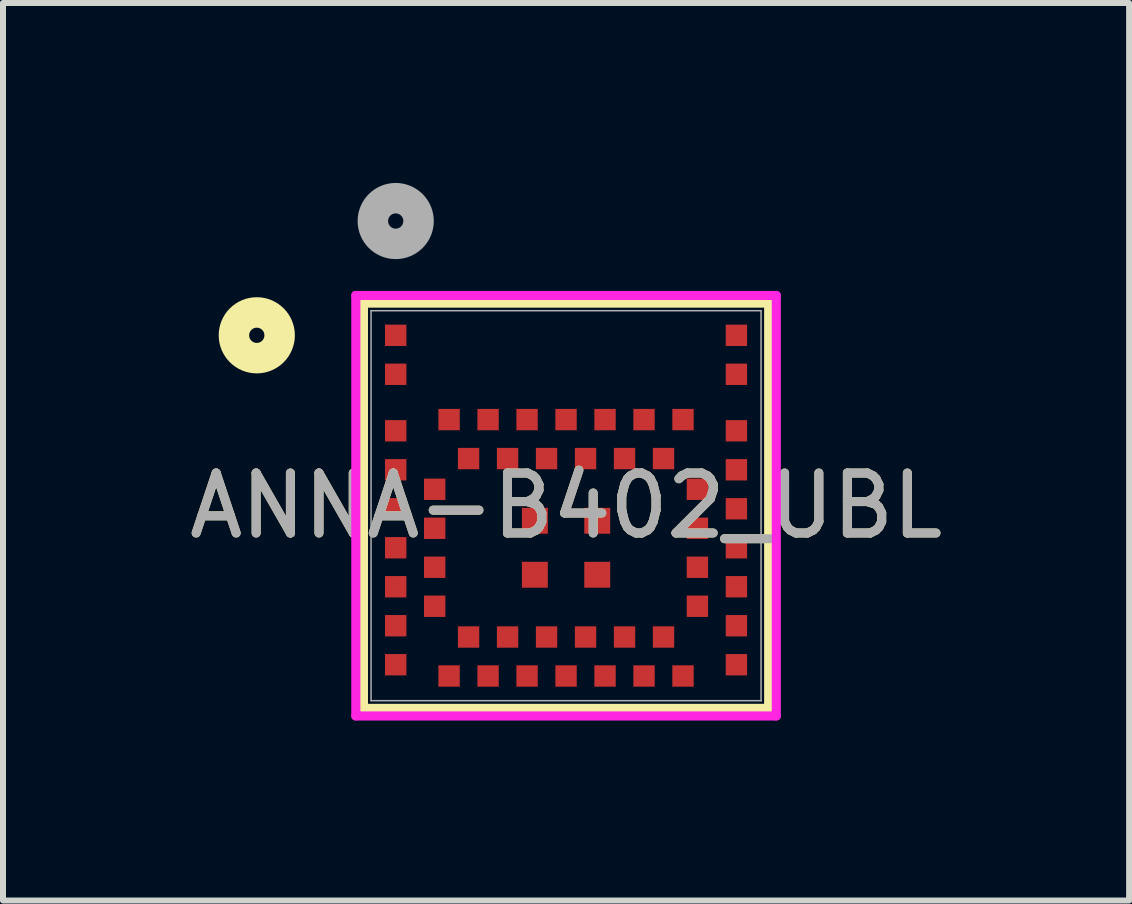
<source format=kicad_pcb>
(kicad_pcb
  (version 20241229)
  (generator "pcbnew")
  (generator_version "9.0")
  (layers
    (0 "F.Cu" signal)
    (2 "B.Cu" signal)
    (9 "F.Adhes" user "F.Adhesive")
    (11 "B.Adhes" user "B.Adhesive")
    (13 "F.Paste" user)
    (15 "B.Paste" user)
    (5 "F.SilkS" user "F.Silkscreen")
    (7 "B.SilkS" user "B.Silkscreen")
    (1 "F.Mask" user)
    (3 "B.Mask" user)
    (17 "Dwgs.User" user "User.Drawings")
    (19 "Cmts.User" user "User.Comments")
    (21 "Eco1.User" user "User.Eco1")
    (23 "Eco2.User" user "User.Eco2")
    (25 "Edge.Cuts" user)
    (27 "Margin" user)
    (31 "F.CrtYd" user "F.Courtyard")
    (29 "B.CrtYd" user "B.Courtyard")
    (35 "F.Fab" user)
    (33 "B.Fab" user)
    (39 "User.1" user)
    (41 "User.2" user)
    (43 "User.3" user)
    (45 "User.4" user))
  (footprint "ANNA-B402_UBL"
    (layer "F.Cu")
    (at 6.387 5.381)
    (property "Reference" "ANNA-B402_UBL" (at 0 0 0) (unlocked yes) (layer "F.SilkS") (effects (font (size 1 1) (thickness 0.15))))
    (attr smd)
    (fp_line (start -3.378 -3.378) (end 3.378 -3.378) (stroke (width 0.152) (type solid)) (layer "F.SilkS"))
    (fp_line (start -3.378 3.378) (end -3.378 -3.378) (stroke (width 0.152) (type solid)) (layer "F.SilkS"))
    (fp_line (start 3.378 -3.378) (end 3.378 3.378) (stroke (width 0.152) (type solid)) (layer "F.SilkS"))
    (fp_line (start 3.378 3.378) (end -3.378 3.378) (stroke (width 0.152) (type solid)) (layer "F.SilkS"))
    (fp_circle (center -5.156 -2.841) (end -4.775 -2.841) (stroke (width 0.508) (type solid)) (fill no) (layer "F.SilkS"))
    (fp_line (start -3.505 -3.505) (end -3.505 3.505) (stroke (width 0.152) (type solid)) (layer "F.CrtYd"))
    (fp_line (start -3.505 3.505) (end 3.505 3.505) (stroke (width 0.152) (type solid)) (layer "F.CrtYd"))
    (fp_line (start 3.505 -3.505) (end -3.505 -3.505) (stroke (width 0.152) (type solid)) (layer "F.CrtYd"))
    (fp_line (start 3.505 3.505) (end 3.505 -3.505) (stroke (width 0.152) (type solid)) (layer "F.CrtYd"))
    (fp_line (start -3.251 -3.251) (end -3.251 3.251) (stroke (width 0.025) (type solid)) (layer "F.Fab"))
    (fp_line (start -3.251 3.251) (end 3.251 3.251) (stroke (width 0.025) (type solid)) (layer "F.Fab"))
    (fp_line (start 3.251 -3.251) (end -3.251 -3.251) (stroke (width 0.025) (type solid)) (layer "F.Fab"))
    (fp_line (start 3.251 3.251) (end 3.251 -3.251) (stroke (width 0.025) (type solid)) (layer "F.Fab"))
    (fp_circle (center -2.84 -4.746) (end -2.459 -4.746) (stroke (width 0.508) (type solid)) (fill no) (layer "F.Fab"))
    (fp_text user "${REFERENCE}" (at 0 0 0) (unlocked yes) (layer "F.Fab") (effects (font (size 1 1) (thickness 0.15))))
    (pad "1" smd rect (at -2.84 -2.841) (size 0.356 0.356) (layers "F.Cu" "F.Mask" "F.Paste"))
    (pad "2" smd rect (at -2.84 -2.191) (size 0.356 0.356) (layers "F.Cu" "F.Mask" "F.Paste"))
    (pad "3" smd rect (at -2.84 -1.249) (size 0.356 0.356) (layers "F.Cu" "F.Mask" "F.Paste"))
    (pad "4" smd rect (at -2.84 -0.599) (size 0.356 0.356) (layers "F.Cu" "F.Mask" "F.Paste"))
    (pad "5" smd rect (at -2.84 0.051) (size 0.356 0.356) (layers "F.Cu" "F.Mask" "F.Paste"))
    (pad "6" smd rect (at -2.84 0.701) (size 0.356 0.356) (layers "F.Cu" "F.Mask" "F.Paste"))
    (pad "7" smd rect (at -2.84 1.351) (size 0.356 0.356) (layers "F.Cu" "F.Mask" "F.Paste"))
    (pad "8" smd rect (at -2.84 2.001) (size 0.356 0.356) (layers "F.Cu" "F.Mask" "F.Paste"))
    (pad "9" smd rect (at -2.84 2.651) (size 0.356 0.356) (layers "F.Cu" "F.Mask" "F.Paste"))
    (pad "10" smd rect (at -2.19 -0.274) (size 0.356 0.356) (layers "F.Cu" "F.Mask" "F.Paste"))
    (pad "11" smd rect (at -2.19 0.376) (size 0.356 0.356) (layers "F.Cu" "F.Mask" "F.Paste"))
    (pad "12" smd rect (at -2.19 1.026) (size 0.356 0.356) (layers "F.Cu" "F.Mask" "F.Paste"))
    (pad "13" smd rect (at -2.19 1.676) (size 0.356 0.356) (layers "F.Cu" "F.Mask" "F.Paste"))
    (pad "14" smd rect (at -1.95 2.839) (size 0.356 0.356) (layers "F.Cu" "F.Mask" "F.Paste"))
    (pad "15" smd rect (at -1.3 2.839) (size 0.356 0.356) (layers "F.Cu" "F.Mask" "F.Paste"))
    (pad "16" smd rect (at -0.65 2.839) (size 0.356 0.356) (layers "F.Cu" "F.Mask" "F.Paste"))
    (pad "17" smd rect (at 0 2.839) (size 0.356 0.356) (layers "F.Cu" "F.Mask" "F.Paste"))
    (pad "18" smd rect (at 0.65 2.839) (size 0.356 0.356) (layers "F.Cu" "F.Mask" "F.Paste"))
    (pad "19" smd rect (at 1.3 2.839) (size 0.356 0.356) (layers "F.Cu" "F.Mask" "F.Paste"))
    (pad "20" smd rect (at 1.95 2.839) (size 0.356 0.356) (layers "F.Cu" "F.Mask" "F.Paste"))
    (pad "21" smd rect (at -1.625 2.189) (size 0.356 0.356) (layers "F.Cu" "F.Mask" "F.Paste"))
    (pad "22" smd rect (at -0.975 2.189) (size 0.356 0.356) (layers "F.Cu" "F.Mask" "F.Paste"))
    (pad "23" smd rect (at -0.325 2.189) (size 0.356 0.356) (layers "F.Cu" "F.Mask" "F.Paste"))
    (pad "24" smd rect (at 0.325 2.189) (size 0.356 0.356) (layers "F.Cu" "F.Mask" "F.Paste"))
    (pad "25" smd rect (at 0.975 2.189) (size 0.356 0.356) (layers "F.Cu" "F.Mask" "F.Paste"))
    (pad "26" smd rect (at 1.625 2.189) (size 0.356 0.356) (layers "F.Cu" "F.Mask" "F.Paste"))
    (pad "27" smd rect (at 2.84 2.651) (size 0.356 0.356) (layers "F.Cu" "F.Mask" "F.Paste"))
    (pad "28" smd rect (at 2.84 2.001) (size 0.356 0.356) (layers "F.Cu" "F.Mask" "F.Paste"))
    (pad "29" smd rect (at 2.84 1.351) (size 0.356 0.356) (layers "F.Cu" "F.Mask" "F.Paste"))
    (pad "30" smd rect (at 2.84 0.701) (size 0.356 0.356) (layers "F.Cu" "F.Mask" "F.Paste"))
    (pad "31" smd rect (at 2.84 0.051) (size 0.356 0.356) (layers "F.Cu" "F.Mask" "F.Paste"))
    (pad "32" smd rect (at 2.84 -0.599) (size 0.356 0.356) (layers "F.Cu" "F.Mask" "F.Paste"))
    (pad "33" smd rect (at 2.84 -1.249) (size 0.356 0.356) (layers "F.Cu" "F.Mask" "F.Paste"))
    (pad "34" smd rect (at 2.84 -2.191) (size 0.356 0.356) (layers "F.Cu" "F.Mask" "F.Paste"))
    (pad "35" smd rect (at 2.84 -2.841) (size 0.356 0.356) (layers "F.Cu" "F.Mask" "F.Paste"))
    (pad "36" smd rect (at 2.19 1.676) (size 0.356 0.356) (layers "F.Cu" "F.Mask" "F.Paste"))
    (pad "37" smd rect (at 2.19 1.026) (size 0.356 0.356) (layers "F.Cu" "F.Mask" "F.Paste"))
    (pad "38" smd rect (at 2.19 0.376) (size 0.356 0.356) (layers "F.Cu" "F.Mask" "F.Paste"))
    (pad "39" smd rect (at 2.19 -0.274) (size 0.356 0.356) (layers "F.Cu" "F.Mask" "F.Paste"))
    (pad "40" smd rect (at 1.95 -1.436) (size 0.356 0.356) (layers "F.Cu" "F.Mask" "F.Paste"))
    (pad "41" smd rect (at 1.3 -1.436) (size 0.356 0.356) (layers "F.Cu" "F.Mask" "F.Paste"))
    (pad "42" smd rect (at 0.65 -1.436) (size 0.356 0.356) (layers "F.Cu" "F.Mask" "F.Paste"))
    (pad "43" smd rect (at 0 -1.436) (size 0.356 0.356) (layers "F.Cu" "F.Mask" "F.Paste"))
    (pad "44" smd rect (at -0.65 -1.436) (size 0.356 0.356) (layers "F.Cu" "F.Mask" "F.Paste"))
    (pad "45" smd rect (at -1.3 -1.436) (size 0.356 0.356) (layers "F.Cu" "F.Mask" "F.Paste"))
    (pad "46" smd rect (at -1.95 -1.436) (size 0.356 0.356) (layers "F.Cu" "F.Mask" "F.Paste"))
    (pad "47" smd rect (at 1.625 -0.786) (size 0.356 0.356) (layers "F.Cu" "F.Mask" "F.Paste"))
    (pad "48" smd rect (at 0.975 -0.786) (size 0.356 0.356) (layers "F.Cu" "F.Mask" "F.Paste"))
    (pad "49" smd rect (at 0.325 -0.786) (size 0.356 0.356) (layers "F.Cu" "F.Mask" "F.Paste"))
    (pad "50" smd rect (at -0.325 -0.786) (size 0.356 0.356) (layers "F.Cu" "F.Mask" "F.Paste"))
    (pad "51" smd rect (at -0.975 -0.786) (size 0.356 0.356) (layers "F.Cu" "F.Mask" "F.Paste"))
    (pad "52" smd rect (at -1.625 -0.786) (size 0.356 0.356) (layers "F.Cu" "F.Mask" "F.Paste"))
    (pad "53" smd rect (at -0.52 0.251) (size 0.432 0.432) (layers "F.Cu" "F.Mask" "F.Paste"))
    (pad "54" smd rect (at -0.52 1.151) (size 0.432 0.432) (layers "F.Cu" "F.Mask" "F.Paste"))
    (pad "55" smd rect (at 0.52 1.151) (size 0.432 0.432) (layers "F.Cu" "F.Mask" "F.Paste"))
    (pad "56" smd rect (at 0.52 0.251) (size 0.432 0.432) (layers "F.Cu" "F.Mask" "F.Paste")))
  (gr_rect
    (start -3 -3)
    (end 15.774 11.963)
    (stroke (width 0.1) (type default))
    (fill no)
    (layer "Edge.Cuts")))
</source>
